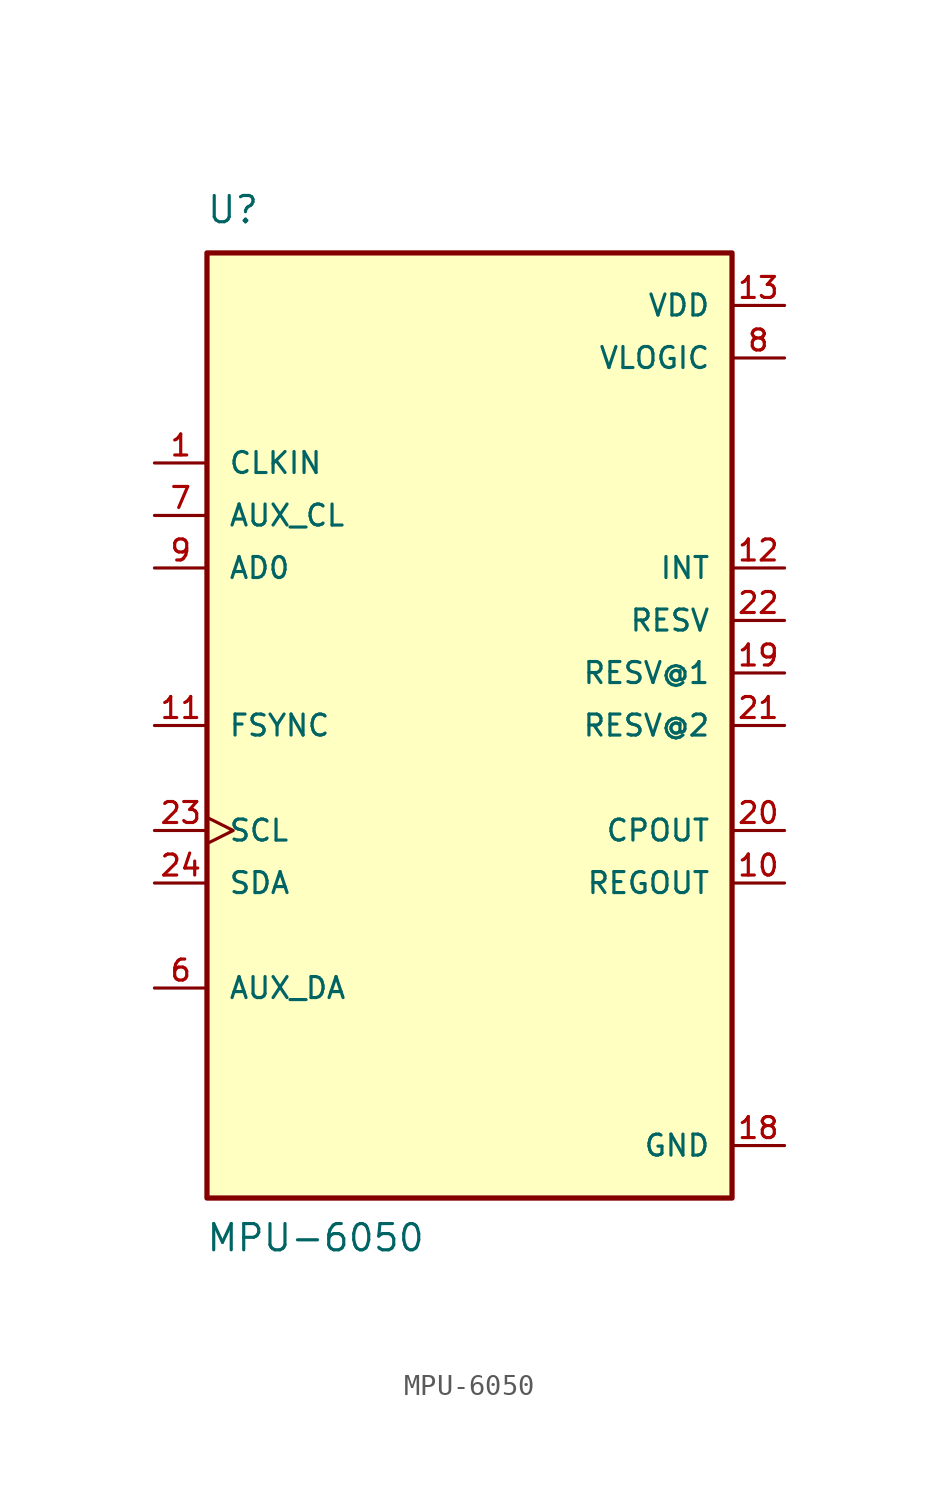
<source format=kicad_sym>
(kicad_symbol_lib
  (version 20231120)
  (generator "kicad_symbol_editor")
  (generator_version "8.0")
  (symbol "MPU-6050"
    (pin_names
      (offset 1.016))
    (property "Reference" "U"
      (at -12.751 24.206 0)
      (effects (font (size 1.27 1.27)) (justify left bottom)))
    (property "Value" "MPU-6050"
      (at -12.776 -25.527 0)
      (effects (font (size 1.27 1.27)) (justify left bottom)))
    (property "ki_locked" ""
      (at 0 0 0)
      (effects (font (size 1.27 1.27))))
    (symbol "MPU-6050_0_0"
      (rectangle (start -12.7 -22.86) (end 12.7 22.86) (stroke (width 0.254) (type default)) (fill (type background)))
      (pin input line (at -15.24 12.7 0) (length 2.54) (name "CLKIN" (effects (font (size 1.016 1.016)))) (number "1" (effects (font (size 1.016 1.016)))))
      (pin passive line (at 15.24 -7.62 180) (length 2.54) (name "REGOUT" (effects (font (size 1.016 1.016)))) (number "10" (effects (font (size 1.016 1.016)))))
      (pin input line (at -15.24 0 0) (length 2.54) (name "FSYNC" (effects (font (size 1.016 1.016)))) (number "11" (effects (font (size 1.016 1.016)))))
      (pin output line (at 15.24 7.62 180) (length 2.54) (name "INT" (effects (font (size 1.016 1.016)))) (number "12" (effects (font (size 1.016 1.016)))))
      (pin power_in line (at 15.24 20.32 180) (length 2.54) (name "VDD" (effects (font (size 1.016 1.016)))) (number "13" (effects (font (size 1.016 1.016)))))
      (pin power_in line (at 15.24 -20.32 180) (length 2.54) (name "GND" (effects (font (size 1.016 1.016)))) (number "18" (effects (font (size 1.016 1.016)))))
      (pin passive line (at 15.24 2.54 180) (length 2.54) (name "RESV@1" (effects (font (size 1.016 1.016)))) (number "19" (effects (font (size 1.016 1.016)))))
      (pin passive line (at 15.24 -5.08 180) (length 2.54) (name "CPOUT" (effects (font (size 1.016 1.016)))) (number "20" (effects (font (size 1.016 1.016)))))
      (pin passive line (at 15.24 0 180) (length 2.54) (name "RESV@2" (effects (font (size 1.016 1.016)))) (number "21" (effects (font (size 1.016 1.016)))))
      (pin passive line (at 15.24 5.08 180) (length 2.54) (name "RESV" (effects (font (size 1.016 1.016)))) (number "22" (effects (font (size 1.016 1.016)))))
      (pin input clock (at -15.24 -5.08 0) (length 2.54) (name "SCL" (effects (font (size 1.016 1.016)))) (number "23" (effects (font (size 1.016 1.016)))))
      (pin bidirectional line (at -15.24 -7.62 0) (length 2.54) (name "SDA" (effects (font (size 1.016 1.016)))) (number "24" (effects (font (size 1.016 1.016)))))
      (pin bidirectional line (at -15.24 -12.7 0) (length 2.54) (name "AUX_DA" (effects (font (size 1.016 1.016)))) (number "6" (effects (font (size 1.016 1.016)))))
      (pin input line (at -15.24 10.16 0) (length 2.54) (name "AUX_CL" (effects (font (size 1.016 1.016)))) (number "7" (effects (font (size 1.016 1.016)))))
      (pin power_in line (at 15.24 17.78 180) (length 2.54) (name "VLOGIC" (effects (font (size 1.016 1.016)))) (number "8" (effects (font (size 1.016 1.016)))))
      (pin input line (at -15.24 7.62 0) (length 2.54) (name "AD0" (effects (font (size 1.016 1.016)))) (number "9" (effects (font (size 1.016 1.016))))))))
</source>
